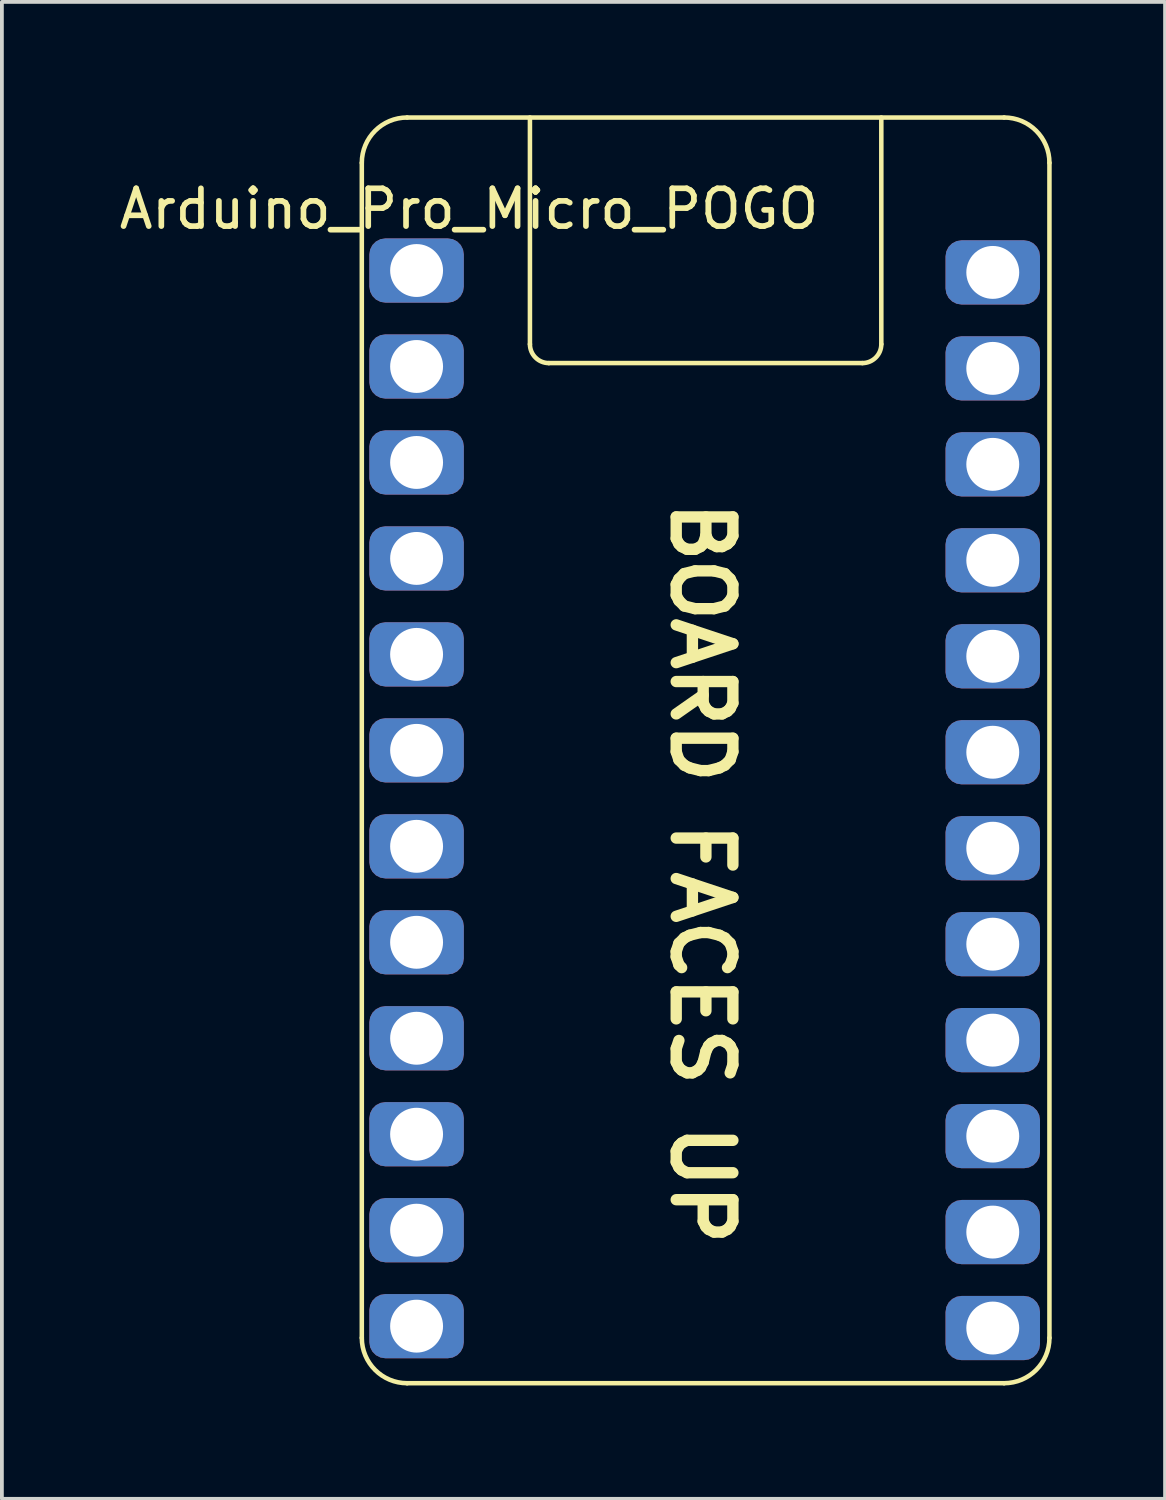
<source format=kicad_pcb>
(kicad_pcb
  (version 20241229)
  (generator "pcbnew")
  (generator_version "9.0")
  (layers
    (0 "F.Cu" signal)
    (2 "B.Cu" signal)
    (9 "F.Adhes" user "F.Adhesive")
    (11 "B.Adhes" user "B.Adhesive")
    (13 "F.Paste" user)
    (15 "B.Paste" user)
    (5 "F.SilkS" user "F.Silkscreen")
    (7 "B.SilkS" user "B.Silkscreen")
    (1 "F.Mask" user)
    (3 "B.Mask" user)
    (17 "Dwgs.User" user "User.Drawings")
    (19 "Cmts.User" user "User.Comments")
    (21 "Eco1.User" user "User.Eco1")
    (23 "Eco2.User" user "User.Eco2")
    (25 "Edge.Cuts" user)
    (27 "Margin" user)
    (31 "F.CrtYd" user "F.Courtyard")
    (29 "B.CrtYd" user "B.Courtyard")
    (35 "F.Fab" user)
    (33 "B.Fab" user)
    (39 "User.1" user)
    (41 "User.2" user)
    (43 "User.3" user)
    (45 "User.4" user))
  (footprint "Arduino_Pro_Micro_POGO"
    (layer "F.Cu")
    (at 7.976 4.11)
    (property "Reference" "Arduino_Pro_Micro_POGO" (at 1.387 -1.631 0) (layer "F.SilkS") (effects (font (size 1 1) (thickness 0.15))))
    (attr through_hole)
    (fp_line (start -1.45 28.25) (end -1.45 -2.85) (stroke (width 0.12) (type solid)) (layer "F.SilkS"))
    (fp_line (start -0.25 -4.05) (end 15.55 -4.05) (stroke (width 0.12) (type solid)) (layer "F.SilkS"))
    (fp_line (start -0.25 29.45) (end 15.55 29.45) (stroke (width 0.12) (type solid)) (layer "F.SilkS"))
    (fp_line (start 3 -4.05) (end 3 1.95) (stroke (width 0.12) (type solid)) (layer "F.SilkS"))
    (fp_line (start 3.5 2.45) (end 11.8 2.45) (stroke (width 0.12) (type solid)) (layer "F.SilkS"))
    (fp_line (start 12.3 -4.05) (end 12.3 1.95) (stroke (width 0.12) (type solid)) (layer "F.SilkS"))
    (fp_line (start 16.75 28.25) (end 16.75 -2.85) (stroke (width 0.12) (type solid)) (layer "F.SilkS"))
    (fp_arc (start -1.45 -2.85) (mid -1.098528 -3.698528) (end -0.25 -4.05) (stroke (width 0.12) (type solid)) (layer "F.SilkS"))
    (fp_arc (start -0.25 29.45) (mid -1.098528 29.098528) (end -1.45 28.25) (stroke (width 0.12) (type solid)) (layer "F.SilkS"))
    (fp_arc (start 3.5 2.45) (mid 3.146447 2.303553) (end 3 1.95) (stroke (width 0.12) (type solid)) (layer "F.SilkS"))
    (fp_arc (start 12.3 1.95) (mid 12.153553 2.303553) (end 11.8 2.45) (stroke (width 0.12) (type solid)) (layer "F.SilkS"))
    (fp_arc (start 15.55 -4.05) (mid 16.398528 -3.698528) (end 16.75 -2.85) (stroke (width 0.12) (type solid)) (layer "F.SilkS"))
    (fp_arc (start 16.75 28.25) (mid 16.398528 29.098528) (end 15.55 29.45) (stroke (width 0.12) (type solid)) (layer "F.SilkS"))
    (fp_text user "BOARD FACES UP" (at 7.55 15.95 270) (unlocked yes) (layer "F.SilkS") (effects (font (size 1.5 1.5) (thickness 0.3))))
    (pad "1" thru_hole roundrect (at 0 0) (size 2.5 1.7) (drill 1.4) (layers "*.Cu" "*.Mask") (roundrect_rratio 0.25))
    (pad "2" thru_hole roundrect (at 0 2.54) (size 2.5 1.7) (drill 1.4) (layers "*.Cu" "*.Mask") (roundrect_rratio 0.25))
    (pad "3" thru_hole roundrect (at 0 5.08) (size 2.5 1.7) (drill 1.4) (layers "*.Cu" "*.Mask") (roundrect_rratio 0.25))
    (pad "4" thru_hole roundrect (at 0 7.62) (size 2.5 1.7) (drill 1.4) (layers "*.Cu" "*.Mask") (roundrect_rratio 0.25))
    (pad "5" thru_hole roundrect (at 0 10.16) (size 2.5 1.7) (drill 1.4) (layers "*.Cu" "*.Mask") (roundrect_rratio 0.25))
    (pad "6" thru_hole roundrect (at 0 12.7) (size 2.5 1.7) (drill 1.4) (layers "*.Cu" "*.Mask") (roundrect_rratio 0.25))
    (pad "7" thru_hole roundrect (at 0 15.24) (size 2.5 1.7) (drill 1.4) (layers "*.Cu" "*.Mask") (roundrect_rratio 0.25))
    (pad "8" thru_hole roundrect (at 0 17.78) (size 2.5 1.7) (drill 1.4) (layers "*.Cu" "*.Mask") (roundrect_rratio 0.25))
    (pad "9" thru_hole roundrect (at 0 20.32) (size 2.5 1.7) (drill 1.4) (layers "*.Cu" "*.Mask") (roundrect_rratio 0.25))
    (pad "10" thru_hole roundrect (at 0 22.86) (size 2.5 1.7) (drill 1.4) (layers "*.Cu" "*.Mask") (roundrect_rratio 0.25))
    (pad "11" thru_hole roundrect (at 0 25.4) (size 2.5 1.7) (drill 1.4) (layers "*.Cu" "*.Mask") (roundrect_rratio 0.25))
    (pad "12" thru_hole roundrect (at 0 27.94) (size 2.5 1.7) (drill 1.4) (layers "*.Cu" "*.Mask") (roundrect_rratio 0.25))
    (pad "13" thru_hole roundrect (at 15.25 27.99) (size 2.5 1.7) (drill 1.4) (layers "*.Cu" "*.Mask") (roundrect_rratio 0.25))
    (pad "14" thru_hole roundrect (at 15.25 25.45) (size 2.5 1.7) (drill 1.4) (layers "*.Cu" "*.Mask") (roundrect_rratio 0.25))
    (pad "15" thru_hole roundrect (at 15.25 22.91) (size 2.5 1.7) (drill 1.4) (layers "*.Cu" "*.Mask") (roundrect_rratio 0.25))
    (pad "16" thru_hole roundrect (at 15.25 20.37) (size 2.5 1.7) (drill 1.4) (layers "*.Cu" "*.Mask") (roundrect_rratio 0.25))
    (pad "17" thru_hole roundrect (at 15.25 17.83) (size 2.5 1.7) (drill 1.4) (layers "*.Cu" "*.Mask") (roundrect_rratio 0.25))
    (pad "18" thru_hole roundrect (at 15.25 15.29) (size 2.5 1.7) (drill 1.4) (layers "*.Cu" "*.Mask") (roundrect_rratio 0.25))
    (pad "19" thru_hole roundrect (at 15.25 12.75) (size 2.5 1.7) (drill 1.4) (layers "*.Cu" "*.Mask") (roundrect_rratio 0.25))
    (pad "20" thru_hole roundrect (at 15.25 10.21) (size 2.5 1.7) (drill 1.4) (layers "*.Cu" "*.Mask") (roundrect_rratio 0.25))
    (pad "21" thru_hole roundrect (at 15.25 7.67) (size 2.5 1.7) (drill 1.4) (layers "*.Cu" "*.Mask") (roundrect_rratio 0.25))
    (pad "22" thru_hole roundrect (at 15.25 5.13) (size 2.5 1.7) (drill 1.4) (layers "*.Cu" "*.Mask") (roundrect_rratio 0.25))
    (pad "23" thru_hole roundrect (at 15.25 2.59) (size 2.5 1.7) (drill 1.4) (layers "*.Cu" "*.Mask") (roundrect_rratio 0.25))
    (pad "24" thru_hole roundrect (at 15.25 0.05) (size 2.5 1.7) (drill 1.4) (layers "*.Cu" "*.Mask") (roundrect_rratio 0.25)))
  (gr_rect
    (start -3 -3)
    (end 27.786 36.62)
    (stroke (width 0.1) (type default))
    (fill no)
    (layer "Edge.Cuts")))
</source>
